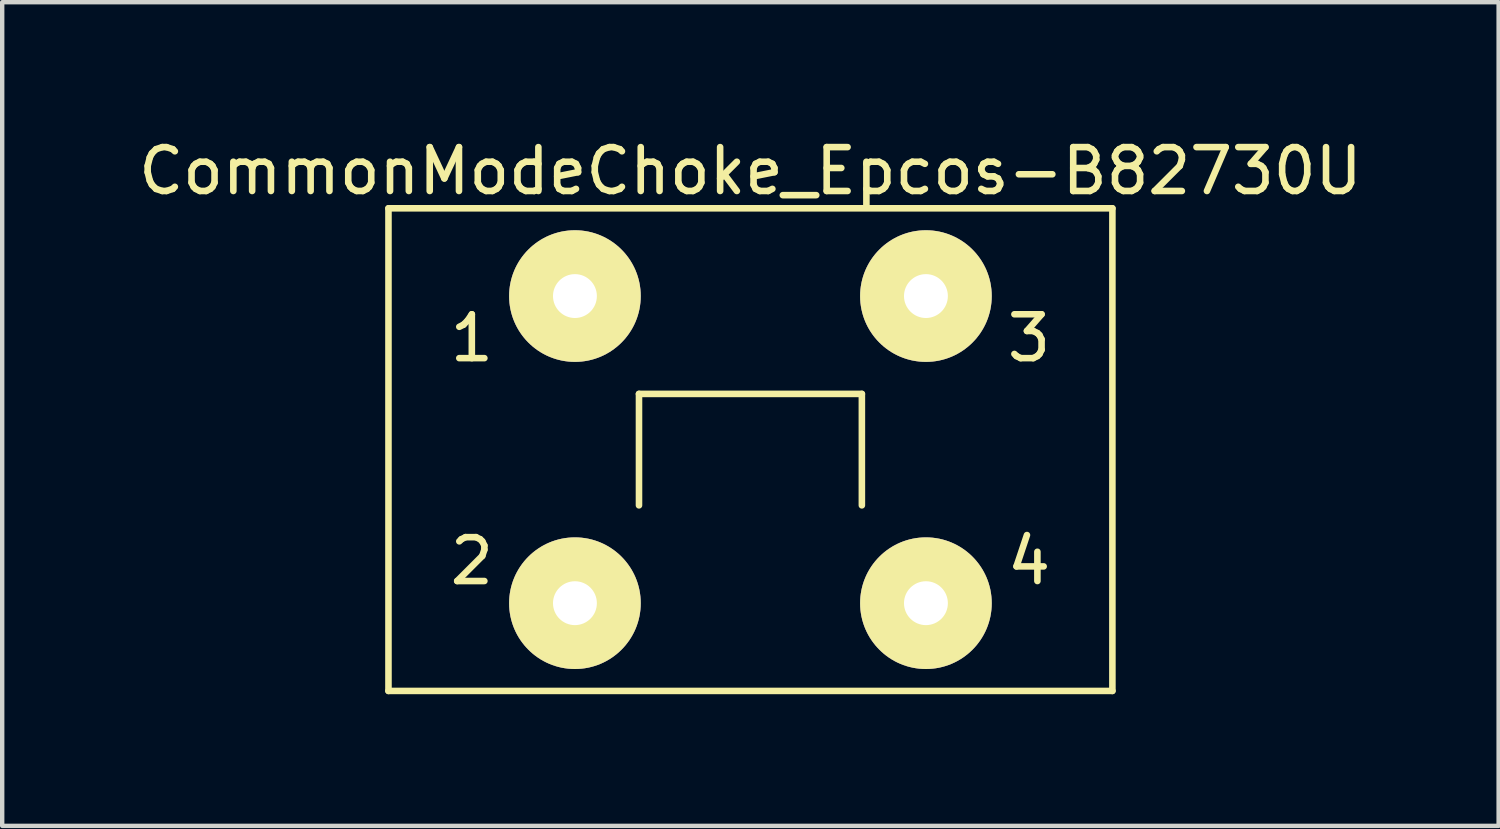
<source format=kicad_pcb>
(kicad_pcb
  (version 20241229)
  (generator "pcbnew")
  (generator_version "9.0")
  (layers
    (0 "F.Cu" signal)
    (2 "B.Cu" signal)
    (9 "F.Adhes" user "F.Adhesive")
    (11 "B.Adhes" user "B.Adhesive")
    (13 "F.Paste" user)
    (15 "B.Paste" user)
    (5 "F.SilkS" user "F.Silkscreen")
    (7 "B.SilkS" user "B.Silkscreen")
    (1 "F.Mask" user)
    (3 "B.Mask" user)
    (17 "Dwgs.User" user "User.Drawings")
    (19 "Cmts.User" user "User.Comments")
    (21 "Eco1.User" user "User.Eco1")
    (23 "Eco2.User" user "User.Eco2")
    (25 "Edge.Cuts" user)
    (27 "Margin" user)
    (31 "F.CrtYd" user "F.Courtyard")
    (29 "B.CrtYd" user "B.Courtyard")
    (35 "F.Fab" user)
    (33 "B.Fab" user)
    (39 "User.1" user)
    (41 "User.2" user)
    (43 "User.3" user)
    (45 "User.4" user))
  (footprint "CommonModeChoke_Epcos-B82730U"
    (layer "F.Cu")
    (at 14.054 7.198)
    (property "Reference" "CommonModeChoke_Epcos-B82730U" (at 0 -6.35 0) (layer "F.SilkS") (effects (font (size 1 1) (thickness 0.15))))
    (attr through_hole)
    (fp_line (start -8.25 5.5) (end -8.25 -5.5) (stroke (width 0.15) (type solid)) (layer "F.SilkS"))
    (fp_line (start -2.54 -1.27) (end 2.54 -1.27) (stroke (width 0.15) (type solid)) (layer "F.SilkS"))
    (fp_line (start -2.54 1.27) (end -2.54 -1.27) (stroke (width 0.15) (type solid)) (layer "F.SilkS"))
    (fp_line (start 2.54 -1.27) (end 2.54 1.27) (stroke (width 0.15) (type solid)) (layer "F.SilkS"))
    (fp_line (start 8.25 -5.5) (end -8.25 -5.5) (stroke (width 0.15) (type solid)) (layer "F.SilkS"))
    (fp_line (start 8.25 5.5) (end -8.25 5.5) (stroke (width 0.15) (type solid)) (layer "F.SilkS"))
    (fp_line (start 8.25 5.5) (end 8.25 -5.5) (stroke (width 0.15) (type solid)) (layer "F.SilkS"))
    (fp_text user "3" (at 6.35 -2.54 0) (layer "F.SilkS") (effects (font (size 1 1) (thickness 0.15))))
    (fp_text user "2" (at -6.35 2.54 0) (layer "F.SilkS") (effects (font (size 1 1) (thickness 0.15))))
    (fp_text user "4" (at 6.35 2.54 0) (layer "F.SilkS") (effects (font (size 1 1) (thickness 0.15))))
    (fp_text user "1" (at -6.35 -2.54 0) (layer "F.SilkS") (effects (font (size 1 1) (thickness 0.15))))
    (pad "1" thru_hole circle (at -4 -3.5) (size 3 3) (drill 1) (layers "*.Cu" "*.Mask" "F.SilkS"))
    (pad "2" thru_hole circle (at -4 3.5) (size 3 3) (drill 1) (layers "*.Cu" "*.Mask" "F.SilkS"))
    (pad "3" thru_hole circle (at 4 -3.5) (size 3 3) (drill 1) (layers "*.Cu" "*.Mask" "F.SilkS"))
    (pad "4" thru_hole circle (at 4 3.5) (size 3 3) (drill 1) (layers "*.Cu" "*.Mask" "F.SilkS")))
  (gr_rect
    (start -3 -3)
    (end 31.107 15.773)
    (stroke (width 0.1) (type default))
    (fill no)
    (layer "Edge.Cuts")))
</source>
